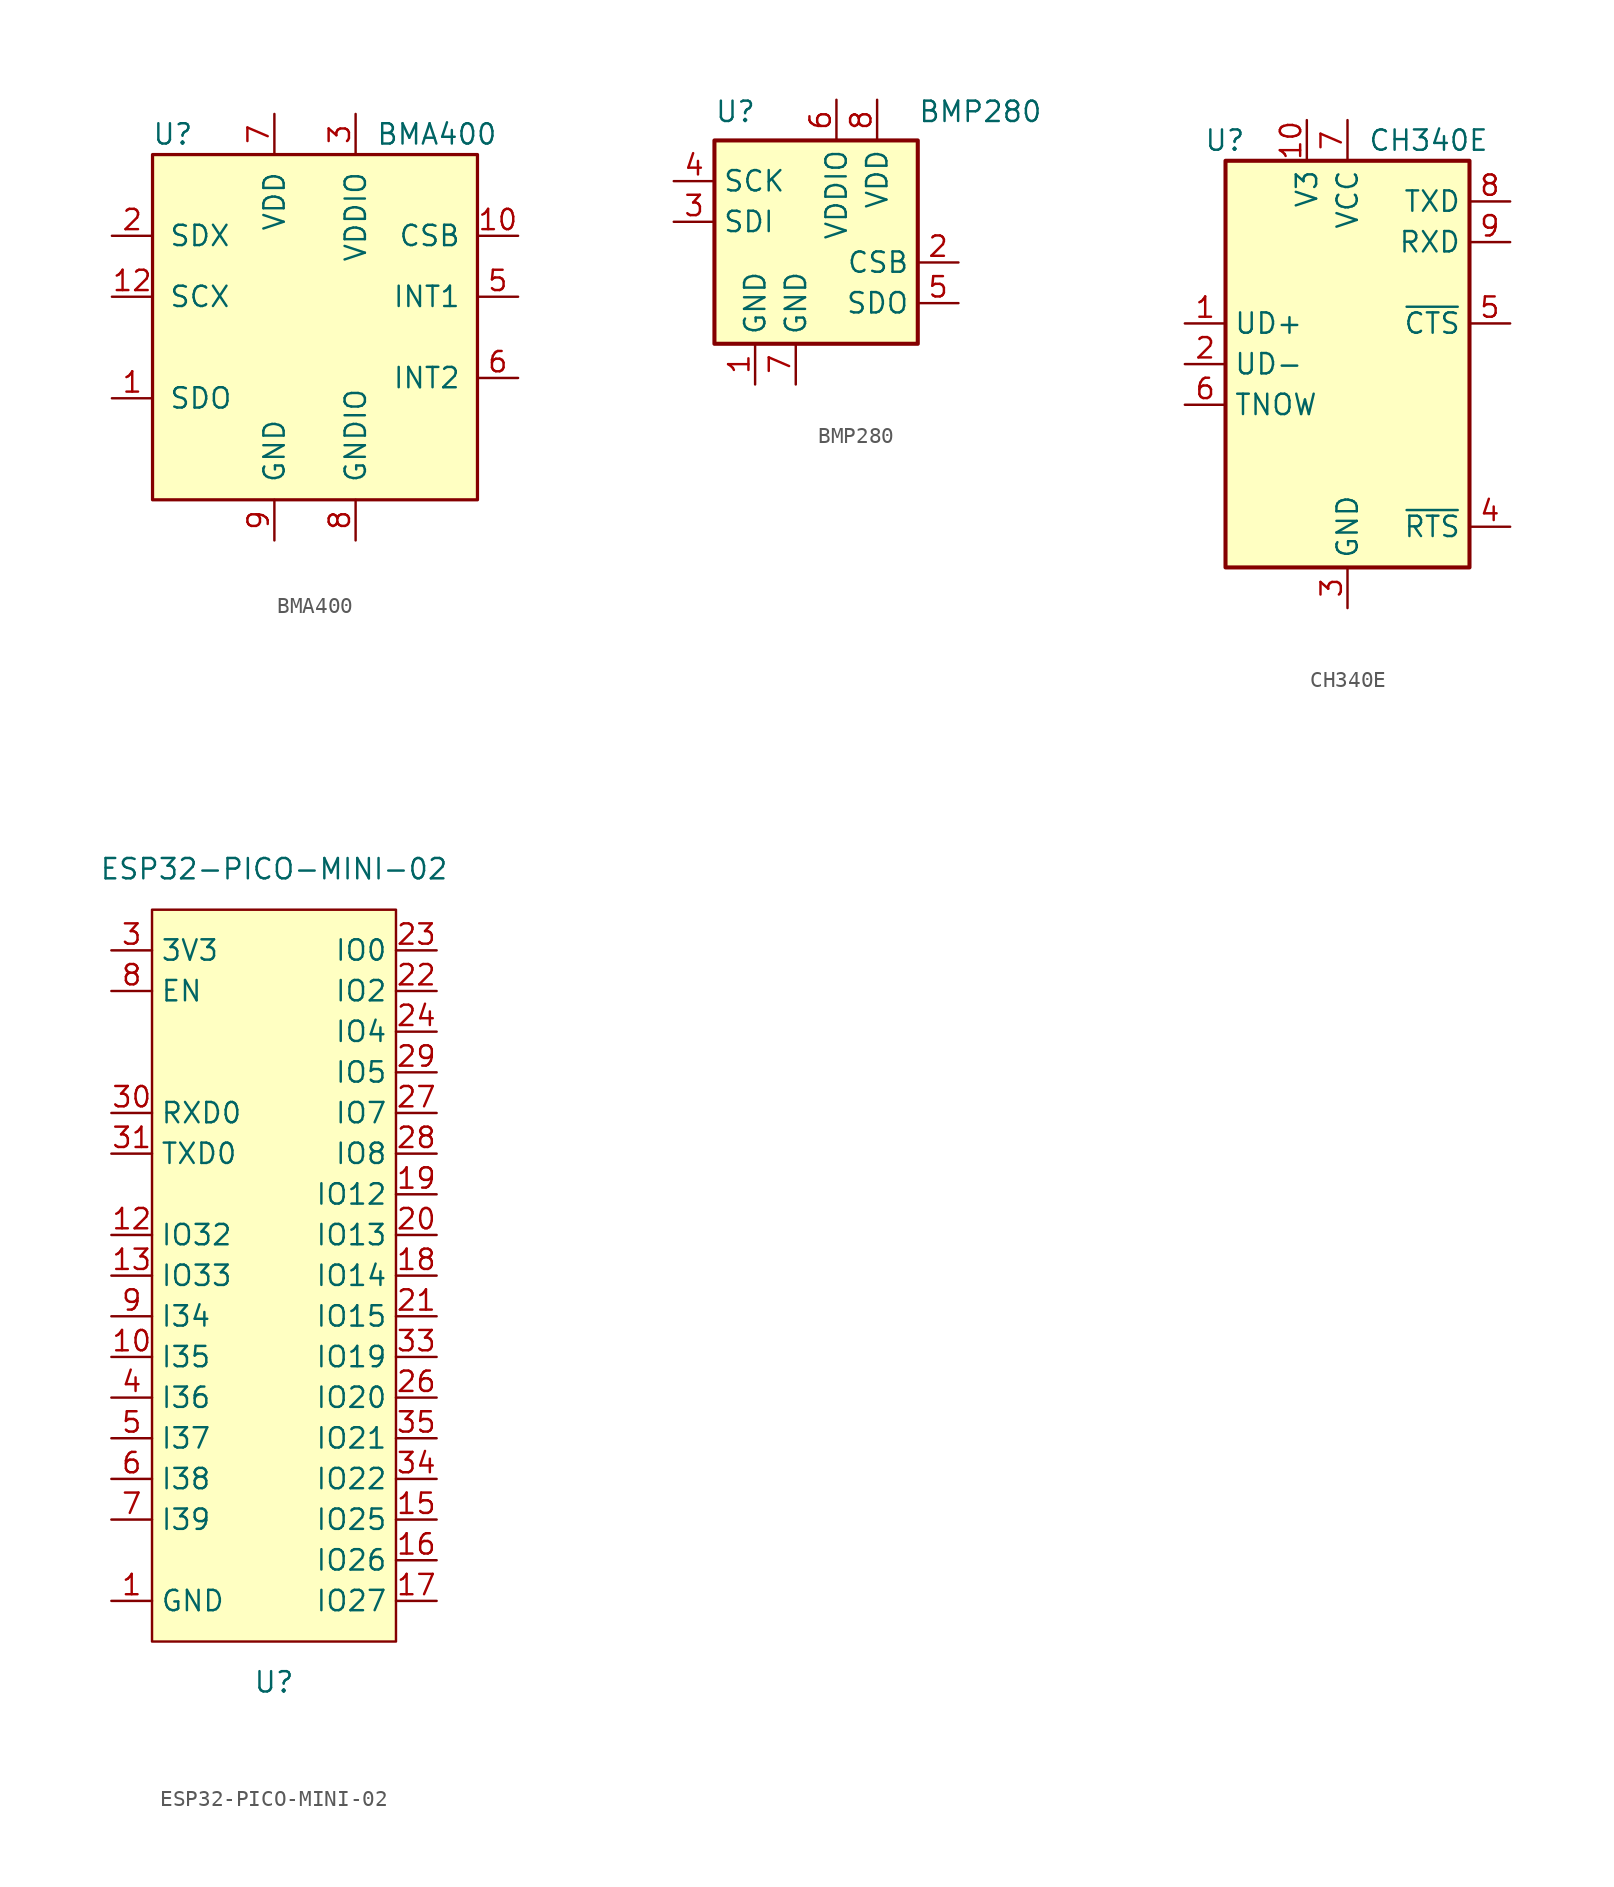
<source format=kicad_sym>
(kicad_symbol_lib
  (version 20210619)
  (generator kicad_symbol_editor)
  (symbol "open-Smartwatch:BMA400"
    (pin_names
      (offset 1.016))
    (property "Reference" "U"
      (at -8.89 12.7 0)
      (effects (font (size 1.27 1.27))))
    (property "Value" "BMA400"
      (at 7.62 12.7 0)
      (effects (font (size 1.27 1.27))))
    (symbol "BMA400_0_0"
      (pin bidirectional line (at -12.7 -3.81 0) (length 2.54) (name "SDO" (effects (font (size 1.27 1.27)))) (number "1" (effects (font (size 1.27 1.27)))))
      (pin input line (at 12.7 6.35 180) (length 2.54) (name "CSB" (effects (font (size 1.27 1.27)))) (number "10" (effects (font (size 1.27 1.27)))))
      (pin no_connect line (at 10.16 -6.35 180) (length 2.54) hide (name "NC" (effects (font (size 1.27 1.27)))) (number "11" (effects (font (size 1.27 1.27)))))
      (pin input line (at -12.7 2.54 0) (length 2.54) (name "SCX" (effects (font (size 1.27 1.27)))) (number "12" (effects (font (size 1.27 1.27)))))
      (pin bidirectional line (at -12.7 6.35 0) (length 2.54) (name "SDX" (effects (font (size 1.27 1.27)))) (number "2" (effects (font (size 1.27 1.27)))))
      (pin power_in line (at 2.54 13.97 270) (length 2.54) (name "VDDIO" (effects (font (size 1.27 1.27)))) (number "3" (effects (font (size 1.27 1.27)))))
      (pin no_connect line (at 10.16 -8.89 180) (length 2.54) hide (name "NC" (effects (font (size 1.27 1.27)))) (number "4" (effects (font (size 1.27 1.27)))))
      (pin output line (at 12.7 2.54 180) (length 2.54) (name "INT1" (effects (font (size 1.27 1.27)))) (number "5" (effects (font (size 1.27 1.27)))))
      (pin output line (at 12.7 -2.54 180) (length 2.54) (name "INT2" (effects (font (size 1.27 1.27)))) (number "6" (effects (font (size 1.27 1.27)))))
      (pin power_in line (at -2.54 13.97 270) (length 2.54) (name "VDD" (effects (font (size 1.27 1.27)))) (number "7" (effects (font (size 1.27 1.27)))))
      (pin power_in line (at 2.54 -12.7 90) (length 2.54) (name "GNDIO" (effects (font (size 1.27 1.27)))) (number "8" (effects (font (size 1.27 1.27)))))
      (pin power_in line (at -2.54 -12.7 90) (length 2.54) (name "GND" (effects (font (size 1.27 1.27)))) (number "9" (effects (font (size 1.27 1.27))))))
    (symbol "BMA400_0_1"
      (rectangle (start -10.16 11.43) (end 10.16 -10.16) (stroke (width 0.203)) (fill (type background)))))
  (symbol "open-Smartwatch:BMP280"
    (property "Reference" "U"
      (at -7.62 10.16 0)
      (effects (font (size 1.27 1.27)) (justify left top)))
    (property "Value" "BMP280"
      (at 5.08 10.16 0)
      (effects (font (size 1.27 1.27)) (justify left top)))
    (symbol "BMP280_0_1"
      (rectangle (start -7.62 -5.08) (end 5.08 7.62) (stroke (width 0.254)) (fill (type background))))
    (symbol "BMP280_1_1"
      (pin power_in line (at -5.08 -7.62 90) (length 2.54) (name "GND" (effects (font (size 1.27 1.27)))) (number "1" (effects (font (size 1.27 1.27)))))
      (pin input line (at 7.62 0 180) (length 2.54) (name "CSB" (effects (font (size 1.27 1.27)))) (number "2" (effects (font (size 1.27 1.27)))))
      (pin bidirectional line (at -10.16 2.54 0) (length 2.54) (name "SDI" (effects (font (size 1.27 1.27)))) (number "3" (effects (font (size 1.27 1.27)))))
      (pin input line (at -10.16 5.08 0) (length 2.54) (name "SCK" (effects (font (size 1.27 1.27)))) (number "4" (effects (font (size 1.27 1.27)))))
      (pin bidirectional line (at 7.62 -2.54 180) (length 2.54) (name "SDO" (effects (font (size 1.27 1.27)))) (number "5" (effects (font (size 1.27 1.27)))))
      (pin power_in line (at 0 10.16 270) (length 2.54) (name "VDDIO" (effects (font (size 1.27 1.27)))) (number "6" (effects (font (size 1.27 1.27)))))
      (pin power_in line (at -2.54 -7.62 90) (length 2.54) (name "GND" (effects (font (size 1.27 1.27)))) (number "7" (effects (font (size 1.27 1.27)))))
      (pin power_in line (at 2.54 10.16 270) (length 2.54) (name "VDD" (effects (font (size 1.27 1.27)))) (number "8" (effects (font (size 1.27 1.27)))))))
  (symbol "open-Smartwatch:CH340E"
    (property "Reference" "U"
      (at -6.35 13.97 0)
      (effects (font (size 1.27 1.27)) (justify right)))
    (property "Value" "CH340E"
      (at 1.27 13.97 0)
      (effects (font (size 1.27 1.27)) (justify left)))
    (symbol "CH340E_0_1"
      (rectangle (start -7.62 12.7) (end 7.62 -12.7) (stroke (width 0.254)) (fill (type background))))
    (symbol "CH340E_1_1"
      (pin bidirectional line (at -10.16 2.54 0) (length 2.54) (name "UD+" (effects (font (size 1.27 1.27)))) (number "1" (effects (font (size 1.27 1.27)))))
      (pin passive line (at -2.54 15.24 270) (length 2.54) (name "V3" (effects (font (size 1.27 1.27)))) (number "10" (effects (font (size 1.27 1.27)))))
      (pin bidirectional line (at -10.16 0 0) (length 2.54) (name "UD-" (effects (font (size 1.27 1.27)))) (number "2" (effects (font (size 1.27 1.27)))))
      (pin power_in line (at 0 -15.24 90) (length 2.54) (name "GND" (effects (font (size 1.27 1.27)))) (number "3" (effects (font (size 1.27 1.27)))))
      (pin output line (at 10.16 -10.16 180) (length 2.54) (name "~{RTS}" (effects (font (size 1.27 1.27)))) (number "4" (effects (font (size 1.27 1.27)))))
      (pin input line (at 10.16 2.54 180) (length 2.54) (name "~{CTS}" (effects (font (size 1.27 1.27)))) (number "5" (effects (font (size 1.27 1.27)))))
      (pin output line (at -10.16 -2.54 0) (length 2.54) (name "TNOW" (effects (font (size 1.27 1.27)))) (number "6" (effects (font (size 1.27 1.27)))))
      (pin power_in line (at 0 15.24 270) (length 2.54) (name "VCC" (effects (font (size 1.27 1.27)))) (number "7" (effects (font (size 1.27 1.27)))))
      (pin output line (at 10.16 10.16 180) (length 2.54) (name "TXD" (effects (font (size 1.27 1.27)))) (number "8" (effects (font (size 1.27 1.27)))))
      (pin input line (at 10.16 7.62 180) (length 2.54) (name "RXD" (effects (font (size 1.27 1.27)))) (number "9" (effects (font (size 1.27 1.27)))))))
  (symbol "open-Smartwatch:ESP32-PICO-MINI-02"
    (property "Reference" "U"
      (at 0 -25.4 0)
      (effects (font (size 1.27 1.27))))
    (property "Value" "ESP32-PICO-MINI-02"
      (at 0 25.4 0)
      (effects (font (size 1.27 1.27))))
    (symbol "ESP32-PICO-MINI-02_0_0"
      (pin power_in line (at -10.16 -20.32 0) (length 2.54) (name "GND" (effects (font (size 1.27 1.27)))) (number "1" (effects (font (size 1.27 1.27)))))
      (pin input line (at -10.16 -5.08 0) (length 2.54) (name "I35" (effects (font (size 1.27 1.27)))) (number "10" (effects (font (size 1.27 1.27)))))
      (pin power_in line (at -10.16 -20.32 0) (length 2.54) hide (name "GND" (effects (font (size 1.27 1.27)))) (number "11" (effects (font (size 1.27 1.27)))))
      (pin bidirectional line (at -10.16 2.54 0) (length 2.54) (name "IO32" (effects (font (size 1.27 1.27)))) (number "12" (effects (font (size 1.27 1.27)))))
      (pin bidirectional line (at -10.16 0 0) (length 2.54) (name "IO33" (effects (font (size 1.27 1.27)))) (number "13" (effects (font (size 1.27 1.27)))))
      (pin power_in line (at -10.16 -20.32 0) (length 2.54) hide (name "GND" (effects (font (size 1.27 1.27)))) (number "14" (effects (font (size 1.27 1.27)))))
      (pin bidirectional line (at 10.16 -15.24 180) (length 2.54) (name "IO25" (effects (font (size 1.27 1.27)))) (number "15" (effects (font (size 1.27 1.27)))))
      (pin bidirectional line (at 10.16 -17.78 180) (length 2.54) (name "IO26" (effects (font (size 1.27 1.27)))) (number "16" (effects (font (size 1.27 1.27)))))
      (pin bidirectional line (at 10.16 -20.32 180) (length 2.54) (name "IO27" (effects (font (size 1.27 1.27)))) (number "17" (effects (font (size 1.27 1.27)))))
      (pin bidirectional line (at 10.16 0 180) (length 2.54) (name "IO14" (effects (font (size 1.27 1.27)))) (number "18" (effects (font (size 1.27 1.27)))))
      (pin bidirectional line (at 10.16 5.08 180) (length 2.54) (name "IO12" (effects (font (size 1.27 1.27)))) (number "19" (effects (font (size 1.27 1.27)))))
      (pin power_in line (at -10.16 -20.32 0) (length 2.54) hide (name "GND" (effects (font (size 1.27 1.27)))) (number "2" (effects (font (size 1.27 1.27)))))
      (pin bidirectional line (at 10.16 2.54 180) (length 2.54) (name "IO13" (effects (font (size 1.27 1.27)))) (number "20" (effects (font (size 1.27 1.27)))))
      (pin bidirectional line (at 10.16 -2.54 180) (length 2.54) (name "IO15" (effects (font (size 1.27 1.27)))) (number "21" (effects (font (size 1.27 1.27)))))
      (pin bidirectional line (at 10.16 17.78 180) (length 2.54) (name "IO2" (effects (font (size 1.27 1.27)))) (number "22" (effects (font (size 1.27 1.27)))))
      (pin bidirectional line (at 10.16 20.32 180) (length 2.54) (name "IO0" (effects (font (size 1.27 1.27)))) (number "23" (effects (font (size 1.27 1.27)))))
      (pin bidirectional line (at 10.16 15.24 180) (length 2.54) (name "IO4" (effects (font (size 1.27 1.27)))) (number "24" (effects (font (size 1.27 1.27)))))
      (pin no_connect line (at -10.16 15.24 0) (length 2.54) hide (name "NC" (effects (font (size 1.27 1.27)))) (number "25" (effects (font (size 1.27 1.27)))))
      (pin bidirectional line (at 10.16 -7.62 180) (length 2.54) (name "IO20" (effects (font (size 1.27 1.27)))) (number "26" (effects (font (size 1.27 1.27)))))
      (pin bidirectional line (at 10.16 10.16 180) (length 2.54) (name "IO7" (effects (font (size 1.27 1.27)))) (number "27" (effects (font (size 1.27 1.27)))))
      (pin bidirectional line (at 10.16 7.62 180) (length 2.54) (name "IO8" (effects (font (size 1.27 1.27)))) (number "28" (effects (font (size 1.27 1.27)))))
      (pin bidirectional line (at 10.16 12.7 180) (length 2.54) (name "IO5" (effects (font (size 1.27 1.27)))) (number "29" (effects (font (size 1.27 1.27)))))
      (pin power_in line (at -10.16 20.32 0) (length 2.54) (name "3V3" (effects (font (size 1.27 1.27)))) (number "3" (effects (font (size 1.27 1.27)))))
      (pin bidirectional line (at -10.16 10.16 0) (length 2.54) (name "RXD0" (effects (font (size 1.27 1.27)))) (number "30" (effects (font (size 1.27 1.27)))))
      (pin bidirectional line (at -10.16 7.62 0) (length 2.54) (name "TXD0" (effects (font (size 1.27 1.27)))) (number "31" (effects (font (size 1.27 1.27)))))
      (pin no_connect line (at -10.16 12.7 0) (length 2.54) hide (name "NC" (effects (font (size 1.27 1.27)))) (number "32" (effects (font (size 1.27 1.27)))))
      (pin bidirectional line (at 10.16 -5.08 180) (length 2.54) (name "IO19" (effects (font (size 1.27 1.27)))) (number "33" (effects (font (size 1.27 1.27)))))
      (pin bidirectional line (at 10.16 -12.7 180) (length 2.54) (name "IO22" (effects (font (size 1.27 1.27)))) (number "34" (effects (font (size 1.27 1.27)))))
      (pin bidirectional line (at 10.16 -10.16 180) (length 2.54) (name "IO21" (effects (font (size 1.27 1.27)))) (number "35" (effects (font (size 1.27 1.27)))))
      (pin power_in line (at -10.16 -20.32 0) (length 2.54) hide (name "GND" (effects (font (size 1.27 1.27)))) (number "36" (effects (font (size 1.27 1.27)))))
      (pin power_in line (at -10.16 -20.32 0) (length 2.54) hide (name "GND" (effects (font (size 1.27 1.27)))) (number "37" (effects (font (size 1.27 1.27)))))
      (pin power_in line (at -10.16 -20.32 0) (length 2.54) hide (name "GND" (effects (font (size 1.27 1.27)))) (number "38" (effects (font (size 1.27 1.27)))))
      (pin power_in line (at -10.16 -20.32 0) (length 2.54) hide (name "GND" (effects (font (size 1.27 1.27)))) (number "39" (effects (font (size 1.27 1.27)))))
      (pin input line (at -10.16 -7.62 0) (length 2.54) (name "I36" (effects (font (size 1.27 1.27)))) (number "4" (effects (font (size 1.27 1.27)))))
      (pin power_in line (at -10.16 -20.32 0) (length 2.54) hide (name "GND" (effects (font (size 1.27 1.27)))) (number "40" (effects (font (size 1.27 1.27)))))
      (pin power_in line (at -10.16 -20.32 0) (length 2.54) hide (name "GND" (effects (font (size 1.27 1.27)))) (number "41" (effects (font (size 1.27 1.27)))))
      (pin power_in line (at -10.16 -20.32 0) (length 2.54) hide (name "GND" (effects (font (size 1.27 1.27)))) (number "42" (effects (font (size 1.27 1.27)))))
      (pin power_in line (at -10.16 -20.32 0) (length 2.54) hide (name "GND" (effects (font (size 1.27 1.27)))) (number "43" (effects (font (size 1.27 1.27)))))
      (pin power_in line (at -10.16 -20.32 0) (length 2.54) hide (name "GND" (effects (font (size 1.27 1.27)))) (number "44" (effects (font (size 1.27 1.27)))))
      (pin power_in line (at -10.16 -20.32 0) (length 2.54) hide (name "GND" (effects (font (size 1.27 1.27)))) (number "45" (effects (font (size 1.27 1.27)))))
      (pin power_in line (at -10.16 -20.32 0) (length 2.54) hide (name "GND" (effects (font (size 1.27 1.27)))) (number "46" (effects (font (size 1.27 1.27)))))
      (pin power_in line (at -10.16 -20.32 0) (length 2.54) hide (name "GND" (effects (font (size 1.27 1.27)))) (number "47" (effects (font (size 1.27 1.27)))))
      (pin power_in line (at -10.16 -20.32 0) (length 2.54) hide (name "GND" (effects (font (size 1.27 1.27)))) (number "48" (effects (font (size 1.27 1.27)))))
      (pin power_in line (at -10.16 -20.32 0) (length 2.54) hide (name "GND" (effects (font (size 1.27 1.27)))) (number "49" (effects (font (size 1.27 1.27)))))
      (pin input line (at -10.16 -10.16 0) (length 2.54) (name "I37" (effects (font (size 1.27 1.27)))) (number "5" (effects (font (size 1.27 1.27)))))
      (pin power_in line (at -10.16 -20.32 0) (length 2.54) hide (name "GND" (effects (font (size 1.27 1.27)))) (number "50" (effects (font (size 1.27 1.27)))))
      (pin power_in line (at -10.16 -20.32 0) (length 2.54) hide (name "GND" (effects (font (size 1.27 1.27)))) (number "51" (effects (font (size 1.27 1.27)))))
      (pin power_in line (at -10.16 -20.32 0) (length 2.54) hide (name "GND" (effects (font (size 1.27 1.27)))) (number "52" (effects (font (size 1.27 1.27)))))
      (pin power_in line (at -10.16 -20.32 0) (length 2.54) hide (name "GND" (effects (font (size 1.27 1.27)))) (number "53" (effects (font (size 1.27 1.27)))))
      (pin input line (at -10.16 -12.7 0) (length 2.54) (name "I38" (effects (font (size 1.27 1.27)))) (number "6" (effects (font (size 1.27 1.27)))))
      (pin input line (at -10.16 -15.24 0) (length 2.54) (name "I39" (effects (font (size 1.27 1.27)))) (number "7" (effects (font (size 1.27 1.27)))))
      (pin input line (at -10.16 17.78 0) (length 2.54) (name "EN" (effects (font (size 1.27 1.27)))) (number "8" (effects (font (size 1.27 1.27)))))
      (pin input line (at -10.16 -2.54 0) (length 2.54) (name "I34" (effects (font (size 1.27 1.27)))) (number "9" (effects (font (size 1.27 1.27))))))
    (symbol "ESP32-PICO-MINI-02_0_1"
      (rectangle (start -7.62 22.86) (end 7.62 -22.86) (stroke (width 0.152)) (fill (type background))))))
</source>
